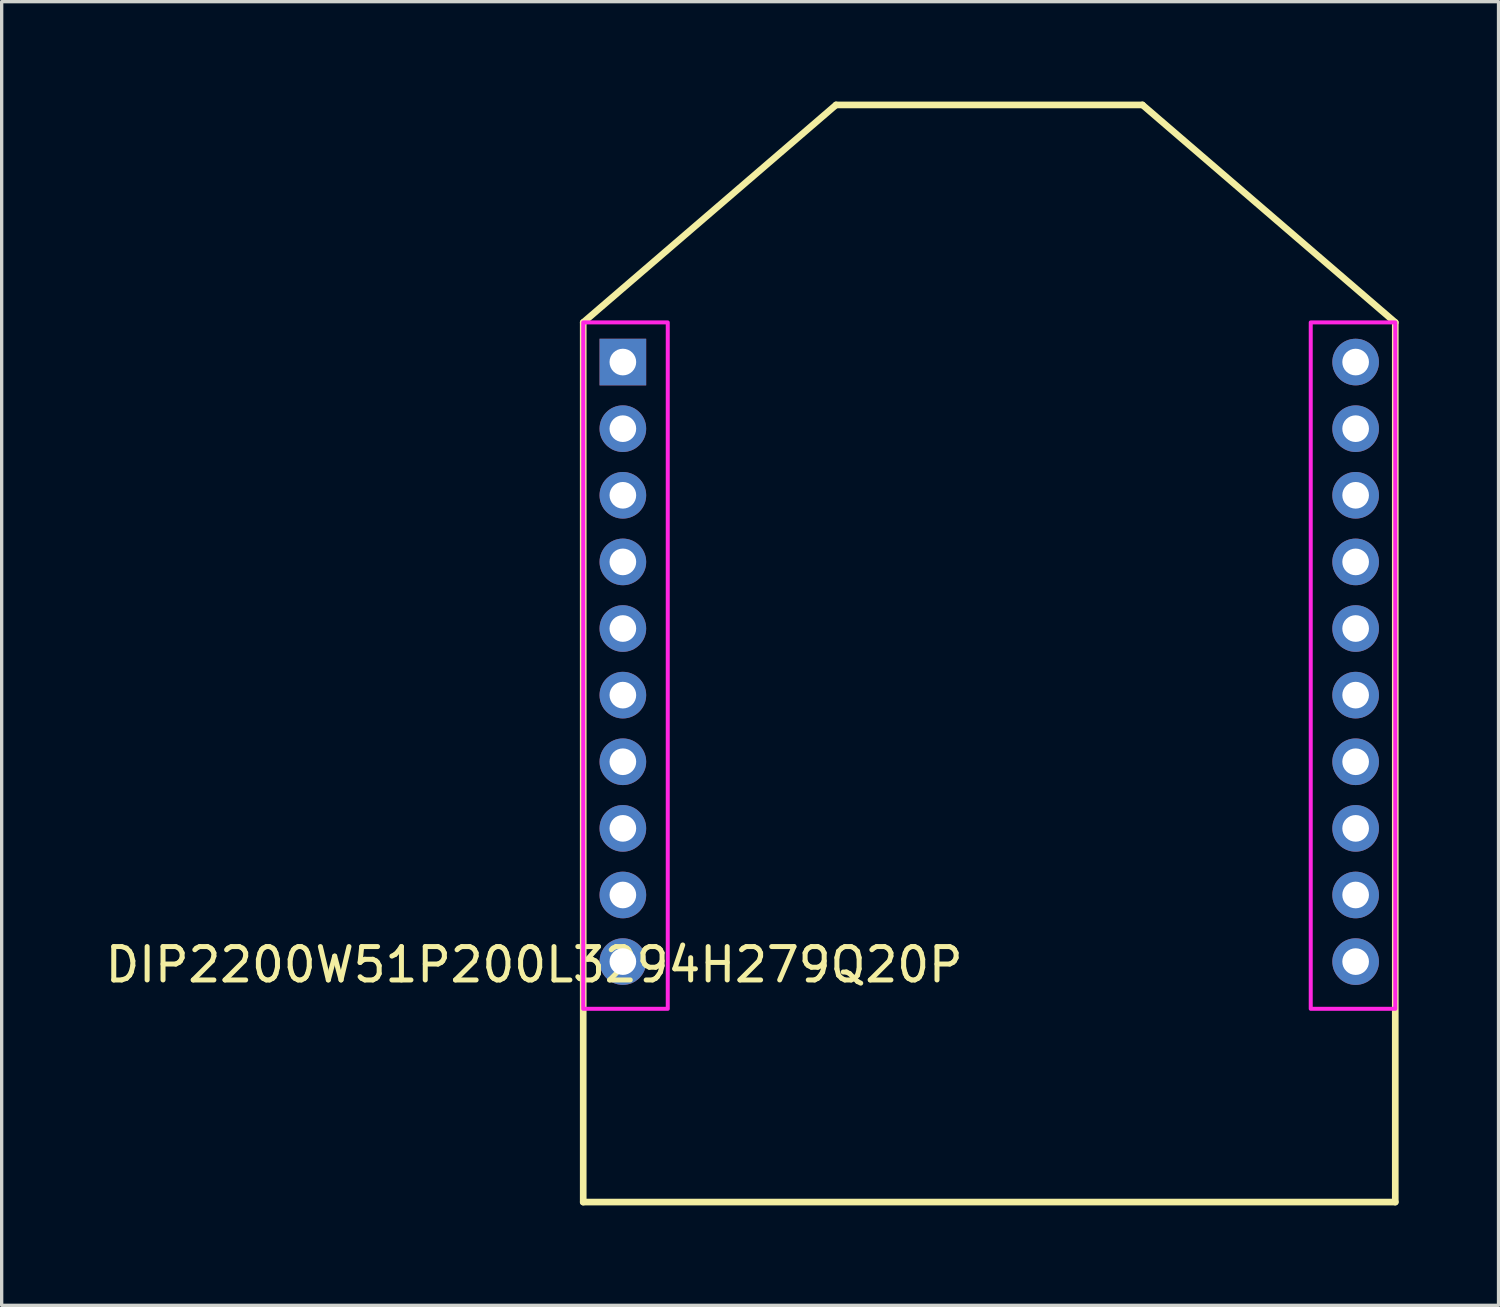
<source format=kicad_pcb>
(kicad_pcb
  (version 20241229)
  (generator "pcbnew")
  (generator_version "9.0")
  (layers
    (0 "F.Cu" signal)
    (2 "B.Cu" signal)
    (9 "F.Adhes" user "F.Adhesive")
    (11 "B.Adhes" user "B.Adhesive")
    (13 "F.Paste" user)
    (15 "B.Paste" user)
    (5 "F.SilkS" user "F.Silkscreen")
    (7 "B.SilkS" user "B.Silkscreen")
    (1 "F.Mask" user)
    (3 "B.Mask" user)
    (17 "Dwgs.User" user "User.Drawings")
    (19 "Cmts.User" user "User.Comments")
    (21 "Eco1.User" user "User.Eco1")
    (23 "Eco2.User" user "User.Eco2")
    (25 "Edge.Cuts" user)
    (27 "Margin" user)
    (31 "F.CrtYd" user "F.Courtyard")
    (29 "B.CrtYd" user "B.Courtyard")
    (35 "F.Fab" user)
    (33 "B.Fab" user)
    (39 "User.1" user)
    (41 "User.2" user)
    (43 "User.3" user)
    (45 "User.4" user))
  (footprint "DIP2200W51P200L3294H279Q20P"
    (layer "F.Cu")
    (at 26.65 16.57)
    (property "Reference" "DIP2200W51P200L3294H279Q20P" (at -13.664 9.345 180) (layer "F.SilkS") (effects (font (size 1.002 1.002) (thickness 0.15))))
    (attr through_hole)
    (fp_line (start -12.19 -9.94) (end -4.6 -16.47) (stroke (width 0.2) (type solid)) (layer "F.SilkS"))
    (fp_line (start -12.19 16.47) (end -12.19 -9.94) (stroke (width 0.2) (type solid)) (layer "F.SilkS"))
    (fp_line (start -4.6 -16.47) (end 4.6 -16.47) (stroke (width 0.2) (type solid)) (layer "F.SilkS"))
    (fp_line (start 12.19 -9.94) (end 4.6 -16.47) (stroke (width 0.2) (type solid)) (layer "F.SilkS"))
    (fp_line (start 12.19 -9.94) (end 12.19 16.47) (stroke (width 0.2) (type solid)) (layer "F.SilkS"))
    (fp_line (start 12.19 16.47) (end -12.19 16.47) (stroke (width 0.2) (type solid)) (layer "F.SilkS"))
    (fp_rect (start -12.19 -9.94) (end -9.652 10.668) (stroke (width 0.12) (type solid)) (fill no) (layer "F.CrtYd"))
    (fp_rect (start 12.19 -9.94) (end 9.652 10.668) (stroke (width 0.12) (type solid)) (fill no) (layer "F.CrtYd"))
    (pad "1" thru_hole rect (at -11 -8.75) (size 1.4 1.4) (drill 0.8) (layers "*.Cu" "*.Mask"))
    (pad "2" thru_hole circle (at -11 -6.75) (size 1.4 1.4) (drill 0.8) (layers "*.Cu" "*.Mask"))
    (pad "3" thru_hole circle (at -11 -4.75) (size 1.4 1.4) (drill 0.8) (layers "*.Cu" "*.Mask"))
    (pad "4" thru_hole circle (at -11 -2.75) (size 1.4 1.4) (drill 0.8) (layers "*.Cu" "*.Mask"))
    (pad "5" thru_hole circle (at -11 -0.75) (size 1.4 1.4) (drill 0.8) (layers "*.Cu" "*.Mask"))
    (pad "6" thru_hole circle (at -11 1.25) (size 1.4 1.4) (drill 0.8) (layers "*.Cu" "*.Mask"))
    (pad "7" thru_hole circle (at -11 3.25) (size 1.4 1.4) (drill 0.8) (layers "*.Cu" "*.Mask"))
    (pad "8" thru_hole circle (at -11 5.25) (size 1.4 1.4) (drill 0.8) (layers "*.Cu" "*.Mask"))
    (pad "9" thru_hole circle (at -11 7.25) (size 1.4 1.4) (drill 0.8) (layers "*.Cu" "*.Mask"))
    (pad "10" thru_hole circle (at -11 9.25) (size 1.4 1.4) (drill 0.8) (layers "*.Cu" "*.Mask"))
    (pad "11" thru_hole circle (at 11 9.25) (size 1.4 1.4) (drill 0.8) (layers "*.Cu" "*.Mask"))
    (pad "12" thru_hole circle (at 11 7.25) (size 1.4 1.4) (drill 0.8) (layers "*.Cu" "*.Mask"))
    (pad "13" thru_hole circle (at 11 5.25) (size 1.4 1.4) (drill 0.8) (layers "*.Cu" "*.Mask"))
    (pad "14" thru_hole circle (at 11 3.25) (size 1.4 1.4) (drill 0.8) (layers "*.Cu" "*.Mask"))
    (pad "15" thru_hole circle (at 11 1.25) (size 1.4 1.4) (drill 0.8) (layers "*.Cu" "*.Mask"))
    (pad "16" thru_hole circle (at 11 -0.75) (size 1.4 1.4) (drill 0.8) (layers "*.Cu" "*.Mask"))
    (pad "17" thru_hole circle (at 11 -2.75) (size 1.4 1.4) (drill 0.8) (layers "*.Cu" "*.Mask"))
    (pad "18" thru_hole circle (at 11 -4.75) (size 1.4 1.4) (drill 0.8) (layers "*.Cu" "*.Mask"))
    (pad "19" thru_hole circle (at 11 -6.75) (size 1.4 1.4) (drill 0.8) (layers "*.Cu" "*.Mask"))
    (pad "20" thru_hole circle (at 11 -8.75) (size 1.4 1.4) (drill 0.8) (layers "*.Cu" "*.Mask")))
  (gr_rect
    (start -3 -3)
    (end 41.94 36.14)
    (stroke (width 0.1) (type default))
    (fill no)
    (layer "Edge.Cuts")))
</source>
